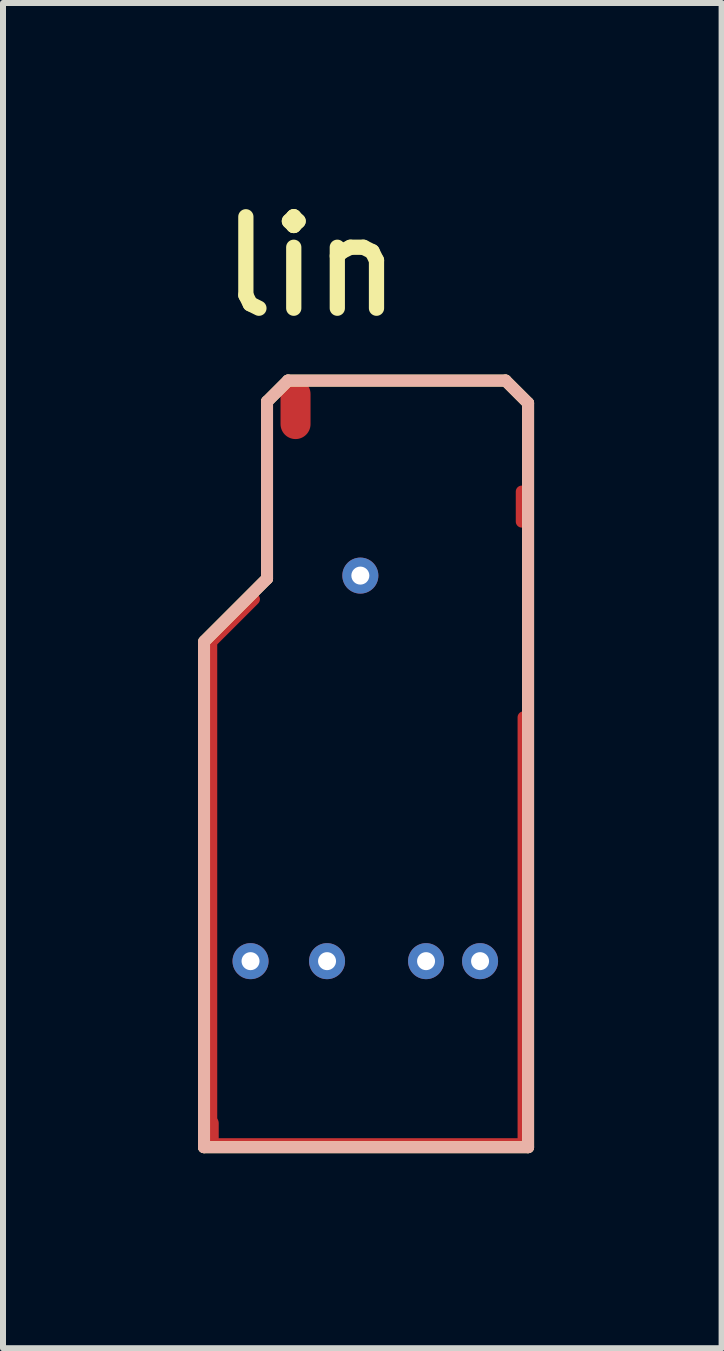
<source format=kicad_pcb>
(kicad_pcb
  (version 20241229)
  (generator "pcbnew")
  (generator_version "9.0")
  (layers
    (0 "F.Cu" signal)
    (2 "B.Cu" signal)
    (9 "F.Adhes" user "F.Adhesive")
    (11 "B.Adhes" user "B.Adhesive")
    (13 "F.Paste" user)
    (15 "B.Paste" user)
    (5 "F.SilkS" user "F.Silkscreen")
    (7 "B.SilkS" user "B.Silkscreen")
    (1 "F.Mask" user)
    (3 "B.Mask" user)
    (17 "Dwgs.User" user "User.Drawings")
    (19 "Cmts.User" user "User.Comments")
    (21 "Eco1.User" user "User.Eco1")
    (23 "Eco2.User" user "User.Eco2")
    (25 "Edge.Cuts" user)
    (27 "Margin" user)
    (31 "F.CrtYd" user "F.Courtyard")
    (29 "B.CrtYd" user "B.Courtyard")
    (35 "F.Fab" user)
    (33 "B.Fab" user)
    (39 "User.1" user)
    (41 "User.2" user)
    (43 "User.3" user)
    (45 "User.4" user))
  (footprint "lin"
    (layer "F.Cu")
    (at 0.25 16.167)
    (property "Reference" "lin" (at 0.267 -13.881 0) (unlocked yes) (layer "F.SilkS") (effects (font (size 1.524 1.524) (thickness 0.254)) (justify left bottom)))
    (attr through_hole)
    (fp_line (start 0.1 -0.1) (end 0.1 -8.525) (stroke (width 0.2) (type solid)) (layer "F.SilkS"))
    (fp_line (start 0.1 -0.1) (end 5.5 -0.1) (stroke (width 0.2) (type solid)) (layer "F.SilkS"))
    (fp_line (start 0.125 -8.55) (end 1.15 -9.575) (stroke (width 0.2) (type solid)) (layer "F.SilkS"))
    (fp_line (start 1.15 -12.525) (end 1.5 -12.875) (stroke (width 0.2) (type solid)) (layer "F.SilkS"))
    (fp_line (start 1.15 -9.575) (end 1.15 -12.525) (stroke (width 0.2) (type solid)) (layer "F.SilkS"))
    (fp_line (start 1.5 -12.875) (end 5.125 -12.875) (stroke (width 0.2) (type solid)) (layer "F.SilkS"))
    (fp_line (start 5.125 -12.875) (end 5.5 -12.5) (stroke (width 0.2) (type solid)) (layer "F.SilkS"))
    (fp_line (start 5.5 -0.1) (end 5.5 -12.5) (stroke (width 0.2) (type solid)) (layer "F.SilkS"))
    (fp_line (start 0.1 -0.1) (end 0.1 -8.525) (stroke (width 0.2) (type solid)) (layer "B.SilkS"))
    (fp_line (start 0.1 -0.1) (end 5.5 -0.1) (stroke (width 0.2) (type solid)) (layer "B.SilkS"))
    (fp_line (start 0.125 -8.55) (end 1.15 -9.575) (stroke (width 0.2) (type solid)) (layer "B.SilkS"))
    (fp_line (start 1.15 -12.525) (end 1.5 -12.875) (stroke (width 0.2) (type solid)) (layer "B.SilkS"))
    (fp_line (start 1.15 -9.575) (end 1.15 -12.525) (stroke (width 0.2) (type solid)) (layer "B.SilkS"))
    (fp_line (start 1.5 -12.875) (end 5.125 -12.875) (stroke (width 0.2) (type solid)) (layer "B.SilkS"))
    (fp_line (start 5.125 -12.875) (end 5.5 -12.5) (stroke (width 0.2) (type solid)) (layer "B.SilkS"))
    (fp_line (start 5.5 -0.1) (end 5.5 -12.5) (stroke (width 0.2) (type solid)) (layer "B.SilkS"))
    (pad "E1" smd oval (at 0.22 -4.363) (size 0.2 8.4) (layers "F.Cu" "F.Paste"))
    (pad "E1" smd oval (at 0.578 -8.878 315) (size 0.2 1.2) (layers "F.Cu" "F.Paste"))
    (pad "E1" smd oval (at 2.879 -0.15 270) (size 0.2 5.25) (layers "F.Cu" "F.Paste"))
    (pad "E1" smd oval (at 5.395 -10.775 270) (size 0.7 0.2) (layers "F.Cu" "F.Mask" "F.Paste"))
    (pad "E1" smd oval (at 5.425 -3.738) (size 0.2 7.25) (layers "F.Cu" "F.Paste"))
    (pad "N1" smd oval (at 1.625 -12.4 90) (size 1 0.5) (layers "F.Cu" "F.Mask" "F.Paste"))
    (pad "S1" smd oval (at 0.22 -0.375 270) (size 0.5 0.25) (layers "F.Cu" "F.Mask" "F.Paste"))
    (pad "V1" thru_hole circle (at 2.705 -9.625 90) (size 0.6 0.6) (drill 0.3) (layers "*.Cu" "*.Mask"))
    (pad "V2" thru_hole circle (at 0.875 -3.2 270) (size 0.6 0.6) (drill 0.3) (layers "*.Cu" "*.Mask"))
    (pad "V3" thru_hole circle (at 2.15 -3.2 270) (size 0.6 0.6) (drill 0.3) (layers "*.Cu" "*.Mask"))
    (pad "V4" thru_hole circle (at 3.8 -3.2 270) (size 0.6 0.6) (drill 0.3) (layers "*.Cu" "*.Mask"))
    (pad "V5" thru_hole circle (at 4.7 -3.2 270) (size 0.6 0.6) (drill 0.3) (layers "*.Cu" "*.Mask"))
    (zone (net_name "") (layer "F.Cu") (hatch edge 0.2) (connect_pads) (min_thickness 0.254) (filled_areas_thickness no) (keepout (tracks allowed) (vias allowed) (pads allowed) (copperpour not_allowed) (footprints allowed)) (placement (enabled no)) (fill) (polygon (pts (xy 0.4 15.874) (xy 0.4 7.642) (xy 1.11 6.932) (xy 1.11 3.482) (xy 1.538 3.054) (xy 5.487 3.054) (xy 5.975 3.542) (xy 5.975 4.878) (xy 5.791 5.062) (xy 5.588 5.062) (xy 5.588 5.681) (xy 5.567 5.702) (xy 5.657 5.792) (xy 5.975 5.792) (xy 5.975 8.842) (xy 5.925 8.892) (xy 5.625 8.892) (xy 5.625 15.992) (xy 5.625 15.992) (xy 0.518 15.992)))))
  (gr_rect
    (start -3 -3)
    (end 8.975 19.417)
    (stroke (width 0.1) (type default))
    (fill no)
    (layer "Edge.Cuts")))
</source>
